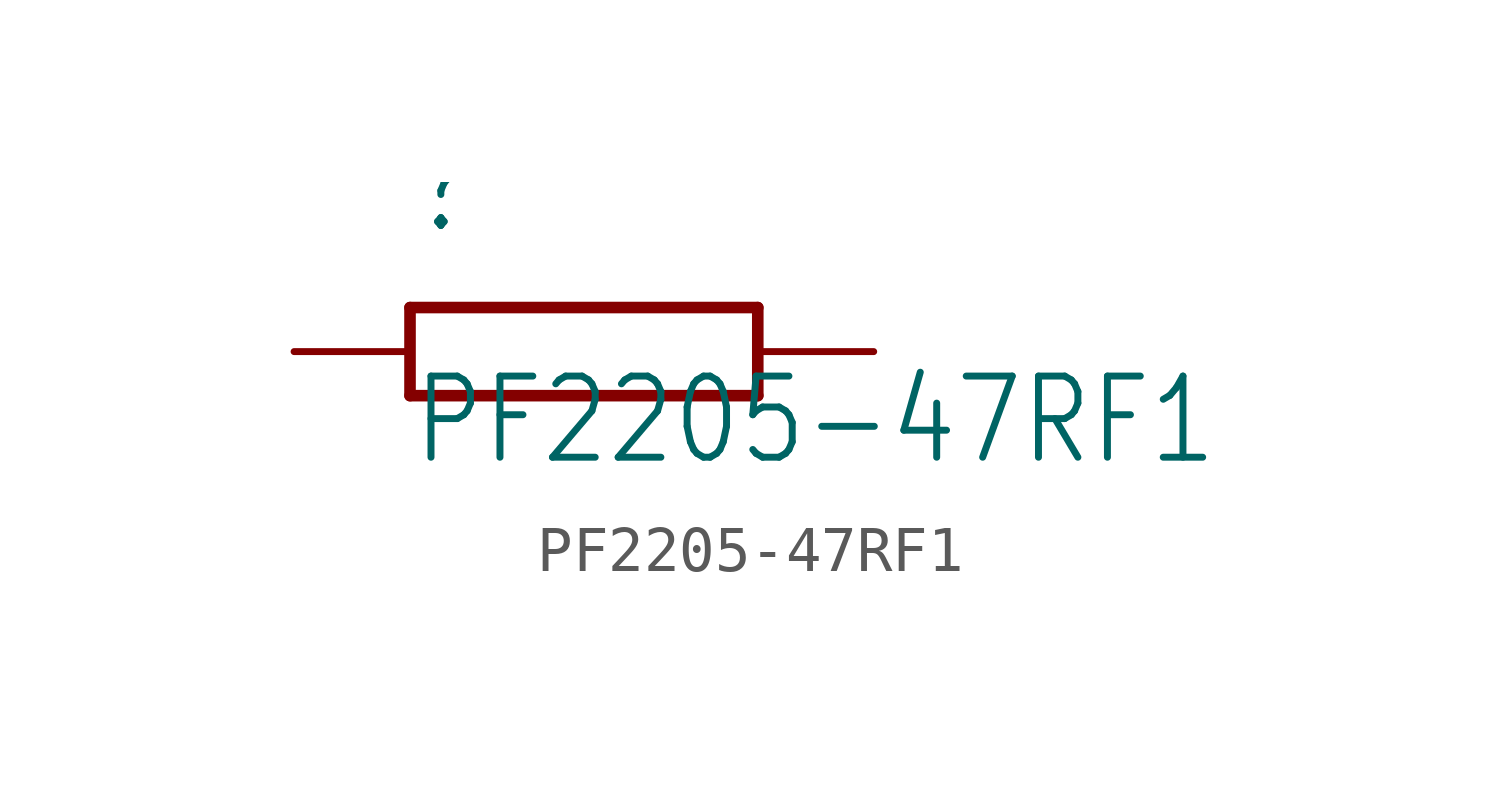
<source format=kicad_sym>
(kicad_symbol_lib
  (version 20210619)
  (generator kicad_symbol_editor)
  (symbol "PF2205-47RF1"
    (property "Reference" ""
      (at 5.08 2.54 0)
      (effects (font (size 1.778 1.511)) (justify left bottom)))
    (property "Value" "PF2205-47RF1"
      (at 5.08 -2.54 0)
      (effects (font (size 1.778 1.511)) (justify left bottom)))
    (property "ki_locked" ""
      (at 0 0 0)
      (effects (font (size 1.27 1.27))))
    (symbol "PF2205-47RF1_1_0"
      (polyline (pts (xy 5.08 -0.965) (xy 5.08 0.965)) (stroke (width 0.254)) (fill (type none)))
      (polyline (pts (xy 5.08 0.965) (xy 12.7 0.965)) (stroke (width 0.254)) (fill (type none)))
      (polyline (pts (xy 12.7 -0.965) (xy 5.08 -0.965)) (stroke (width 0.254)) (fill (type none)))
      (polyline (pts (xy 12.7 0.965) (xy 12.7 -0.965)) (stroke (width 0.254)) (fill (type none)))
      (pin bidirectional line (at 2.54 0 0) (length 2.54) (name "P$1" (effects (font (size 0 0)))) (number "P$1" (effects (font (size 0 0)))))
      (pin bidirectional line (at 15.24 0 180) (length 2.54) (name "P$2" (effects (font (size 0 0)))) (number "P$2" (effects (font (size 0 0))))))))
</source>
